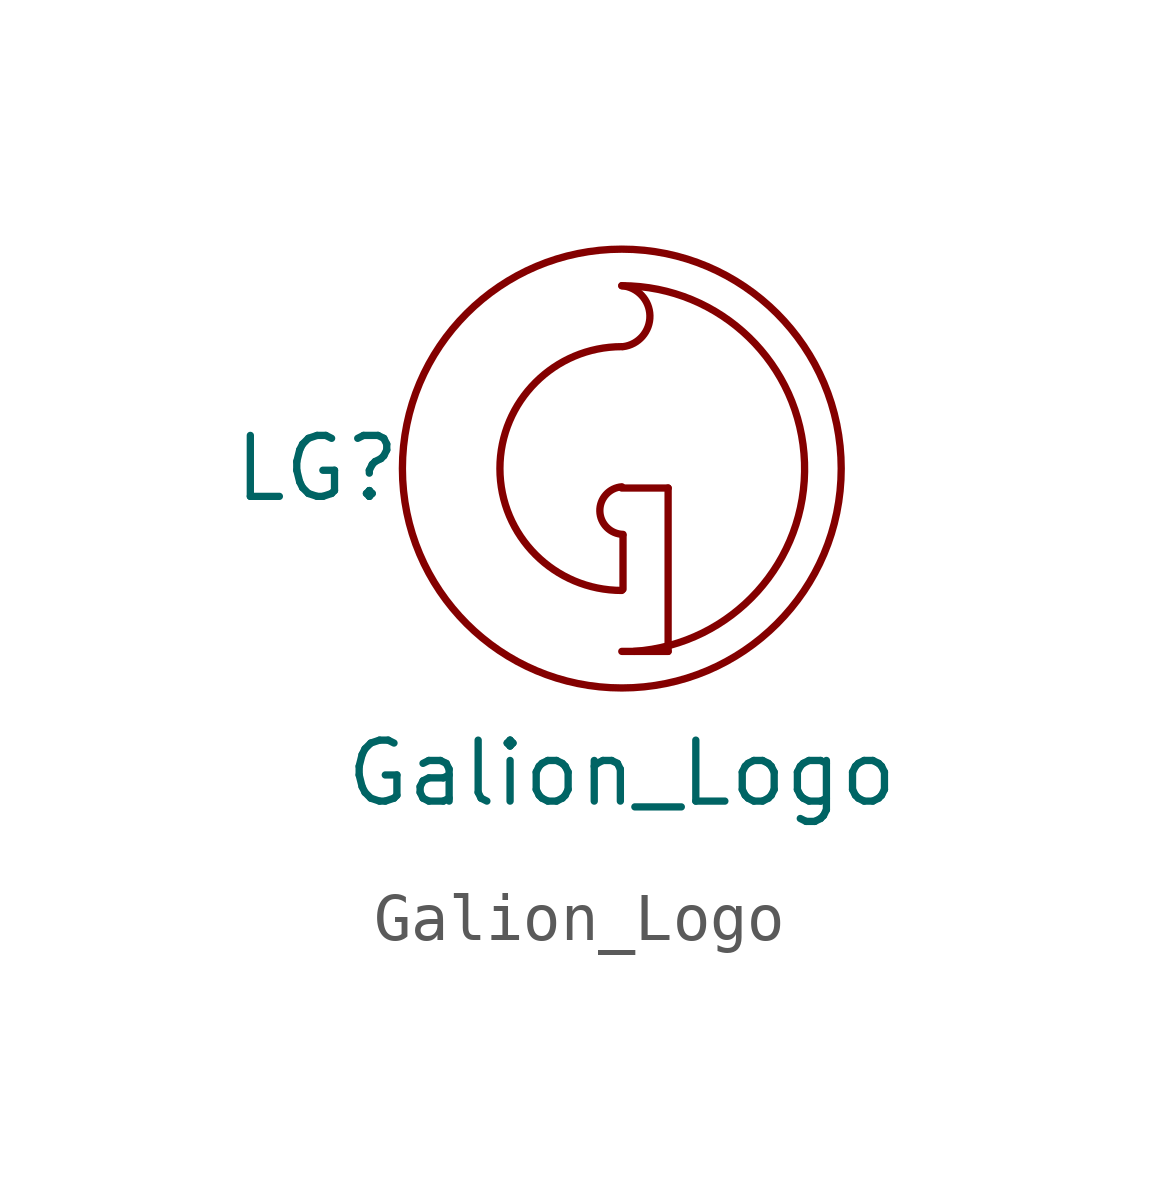
<source format=kicad_sym>
(kicad_symbol_lib
  (version 20201005)
  (generator kicad_symbol_editor)
  (symbol "galion:Galion_Logo"
    (pin_names
      (offset 1.016))
    (property "Reference" "LG"
      (at -6.35 0 0)
      (effects (font (size 1.27 1.27))))
    (property "Value" "Galion_Logo"
      (at 0 -6.35 0)
      (effects (font (size 1.27 1.27))))
    (symbol "Galion_Logo_0_1"
      (arc (start 0 3.81) (end 0.0254 2.54) (radius (at -0.0508 3.175) (length 0.635) (angles 90 -87.7)) (stroke (width 0)) (fill (type none)))
      (arc (start 0 -3.81) (end 0 -3.81) (radius (at 0 0) (length 0) (angles 0 0)) (stroke (width 0)) (fill (type none)))
      (arc (start 0 2.54) (end 0 -2.54) (radius (at 0 0) (length 2.54) (angles 90.1 -90.1)) (stroke (width 0)) (fill (type none)))
      (arc (start 0 3.81) (end 0.254 -3.81) (radius (at 0 0) (length 3.81) (angles 90.1 -90.1)) (stroke (width 0)) (fill (type none)))
      (arc (start 0.0254 -1.3716) (end 0 -0.381) (radius (at 0.0254 -0.889) (length 0.4826) (angles -90 92.9)) (stroke (width 0)) (fill (type none)))
      (circle (center 0 0) (radius 4.572) (stroke (width 0)) (fill (type none)))
      (polyline (pts (xy 0 -3.81) (xy 0.965 -3.81)) (stroke (width 0)) (fill (type none)))
      (polyline (pts (xy 0 -0.406) (xy 0.965 -0.406)) (stroke (width 0)) (fill (type none)))
      (polyline (pts (xy 0.025 -2.515) (xy 0.025 -1.397)) (stroke (width 0)) (fill (type none)))
      (polyline (pts (xy 0.965 -0.406) (xy 0.965 -3.81)) (stroke (width 0)) (fill (type none))))))
</source>
